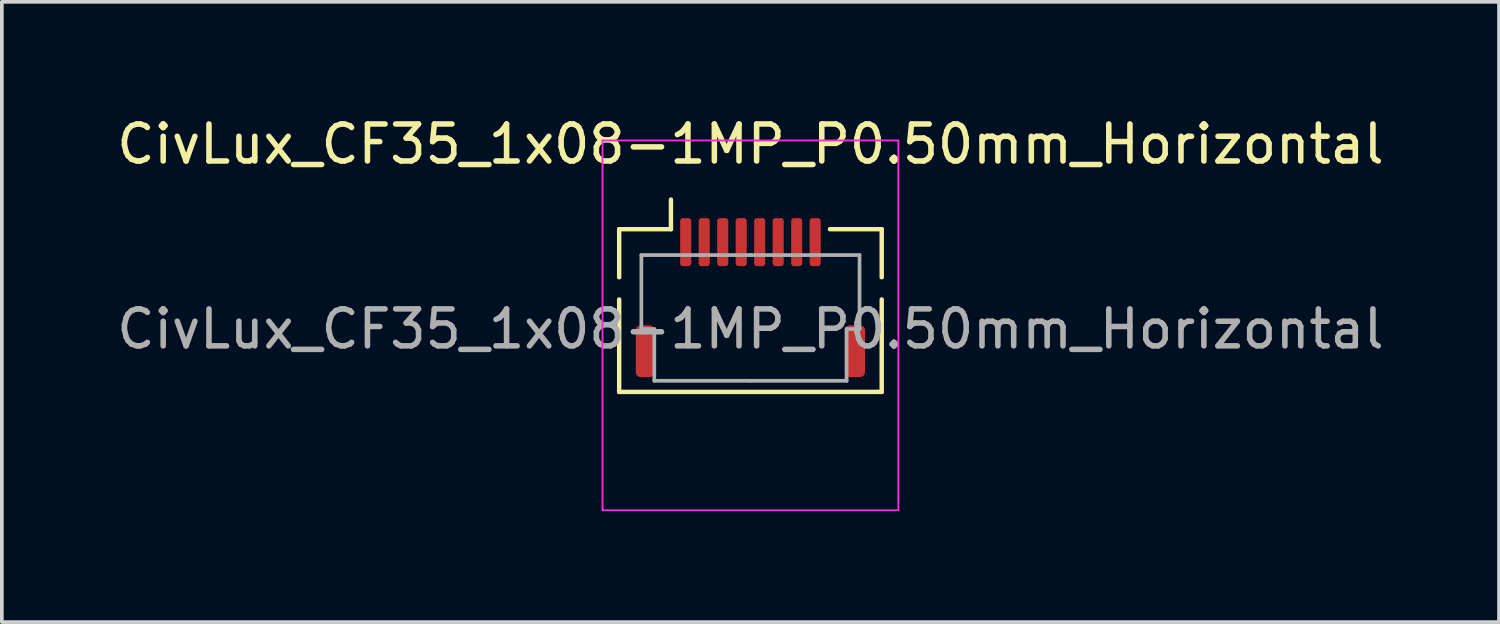
<source format=kicad_pcb>
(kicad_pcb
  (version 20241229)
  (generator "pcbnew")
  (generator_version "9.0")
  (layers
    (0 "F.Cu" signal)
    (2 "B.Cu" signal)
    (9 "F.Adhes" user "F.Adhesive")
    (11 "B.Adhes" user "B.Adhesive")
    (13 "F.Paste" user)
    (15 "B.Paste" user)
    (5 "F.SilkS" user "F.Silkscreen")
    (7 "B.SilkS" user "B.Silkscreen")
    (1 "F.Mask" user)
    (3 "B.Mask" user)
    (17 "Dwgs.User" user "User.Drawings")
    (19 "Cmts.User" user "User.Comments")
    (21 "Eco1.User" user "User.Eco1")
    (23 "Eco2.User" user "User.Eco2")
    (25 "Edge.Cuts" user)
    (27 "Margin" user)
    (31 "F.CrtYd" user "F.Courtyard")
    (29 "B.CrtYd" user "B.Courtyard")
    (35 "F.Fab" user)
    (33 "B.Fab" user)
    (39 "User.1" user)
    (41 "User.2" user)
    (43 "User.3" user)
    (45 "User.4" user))
  (footprint "CivLux_CF35_1x08-1MP_P0.50mm_Horizontal"
    (layer "F.Cu")
    (at 17.244 4.748)
    (property "Reference" "CivLux_CF35_1x08-1MP_P0.50mm_Horizontal" (at 0 -3.9 0) (layer "F.SilkS") (effects (font (size 1 1) (thickness 0.15))))
    (attr smd)
    (fp_line (start -3.55 -1.6) (end -3.55 -0.3) (stroke (width 0.12) (type solid)) (layer "F.SilkS"))
    (fp_line (start -3.55 0.3) (end -3.55 2.8) (stroke (width 0.12) (type solid)) (layer "F.SilkS"))
    (fp_line (start -3.55 2.8) (end 3.55 2.8) (stroke (width 0.12) (type solid)) (layer "F.SilkS"))
    (fp_line (start -2.15 -1.6) (end -3.55 -1.6) (stroke (width 0.12) (type solid)) (layer "F.SilkS"))
    (fp_line (start -2.15 -1.6) (end -2.15 -2.4) (stroke (width 0.12) (type solid)) (layer "F.SilkS"))
    (fp_line (start 2.15 -1.6) (end 3.55 -1.6) (stroke (width 0.12) (type solid)) (layer "F.SilkS"))
    (fp_line (start 3.55 -1.6) (end 3.55 -0.3) (stroke (width 0.12) (type solid)) (layer "F.SilkS"))
    (fp_line (start 3.55 2.8) (end 3.55 0.3) (stroke (width 0.12) (type solid)) (layer "F.SilkS"))
    (fp_line (start -4 -4) (end -4 6) (stroke (width 0.05) (type solid)) (layer "F.CrtYd"))
    (fp_line (start -4 6) (end 4 6) (stroke (width 0.05) (type solid)) (layer "F.CrtYd"))
    (fp_line (start 4 -4) (end -4 -4) (stroke (width 0.05) (type solid)) (layer "F.CrtYd"))
    (fp_line (start 4 6) (end 4 -4) (stroke (width 0.05) (type solid)) (layer "F.CrtYd"))
    (fp_line (start -2.95 -0.9) (end -2.95 1.1) (stroke (width 0.1) (type solid)) (layer "F.Fab"))
    (fp_line (start -2.95 1.1) (end -2.6 1.1) (stroke (width 0.1) (type solid)) (layer "F.Fab"))
    (fp_line (start -2.6 1.1) (end -2.6 2.5) (stroke (width 0.1) (type solid)) (layer "F.Fab"))
    (fp_line (start -2.6 2.5) (end 0 2.5) (stroke (width 0.1) (type solid)) (layer "F.Fab"))
    (fp_line (start 0 -0.9) (end -2.95 -0.9) (stroke (width 0.1) (type solid)) (layer "F.Fab"))
    (fp_line (start 0 -0.9) (end 2.95 -0.9) (stroke (width 0.1) (type solid)) (layer "F.Fab"))
    (fp_line (start 2.6 1.1) (end 2.6 2.5) (stroke (width 0.1) (type solid)) (layer "F.Fab"))
    (fp_line (start 2.6 2.5) (end 0 2.5) (stroke (width 0.1) (type solid)) (layer "F.Fab"))
    (fp_line (start 2.95 -0.9) (end 2.95 1.1) (stroke (width 0.1) (type solid)) (layer "F.Fab"))
    (fp_line (start 2.95 1.1) (end 2.6 1.1) (stroke (width 0.1) (type solid)) (layer "F.Fab"))
    (fp_text user "${REFERENCE}" (at 0 1.1 0) (layer "F.Fab") (effects (font (size 1 1) (thickness 0.15))))
    (pad "1" smd roundrect (at -1.75 -1.25) (size 0.3 1.3) (layers "F.Cu" "F.Mask" "F.Paste") (roundrect_rratio 0.25))
    (pad "2" smd roundrect (at -1.25 -1.25) (size 0.3 1.3) (layers "F.Cu" "F.Mask" "F.Paste") (roundrect_rratio 0.25))
    (pad "3" smd roundrect (at -0.75 -1.25) (size 0.3 1.3) (layers "F.Cu" "F.Mask" "F.Paste") (roundrect_rratio 0.25))
    (pad "4" smd roundrect (at -0.25 -1.25) (size 0.3 1.3) (layers "F.Cu" "F.Mask" "F.Paste") (roundrect_rratio 0.25))
    (pad "5" smd roundrect (at 0.25 -1.25) (size 0.3 1.3) (layers "F.Cu" "F.Mask" "F.Paste") (roundrect_rratio 0.25))
    (pad "6" smd roundrect (at 0.75 -1.25) (size 0.3 1.3) (layers "F.Cu" "F.Mask" "F.Paste") (roundrect_rratio 0.25))
    (pad "7" smd roundrect (at 1.25 -1.25) (size 0.3 1.3) (layers "F.Cu" "F.Mask" "F.Paste") (roundrect_rratio 0.25))
    (pad "8" smd roundrect (at 1.75 -1.25) (size 0.3 1.3) (layers "F.Cu" "F.Mask" "F.Paste") (roundrect_rratio 0.25))
    (pad "MP" smd roundrect (at -2.85 1.7) (size 0.5 1.4) (layers "F.Cu" "F.Mask" "F.Paste") (roundrect_rratio 0.25))
    (pad "MP" smd roundrect (at 2.825 1.7) (size 0.55 1.4) (layers "F.Cu" "F.Mask" "F.Paste") (roundrect_rratio 0.25)))
  (gr_rect
    (start -3 -3)
    (end 37.488 13.773)
    (stroke (width 0.1) (type default))
    (fill no)
    (layer "Edge.Cuts")))
</source>
